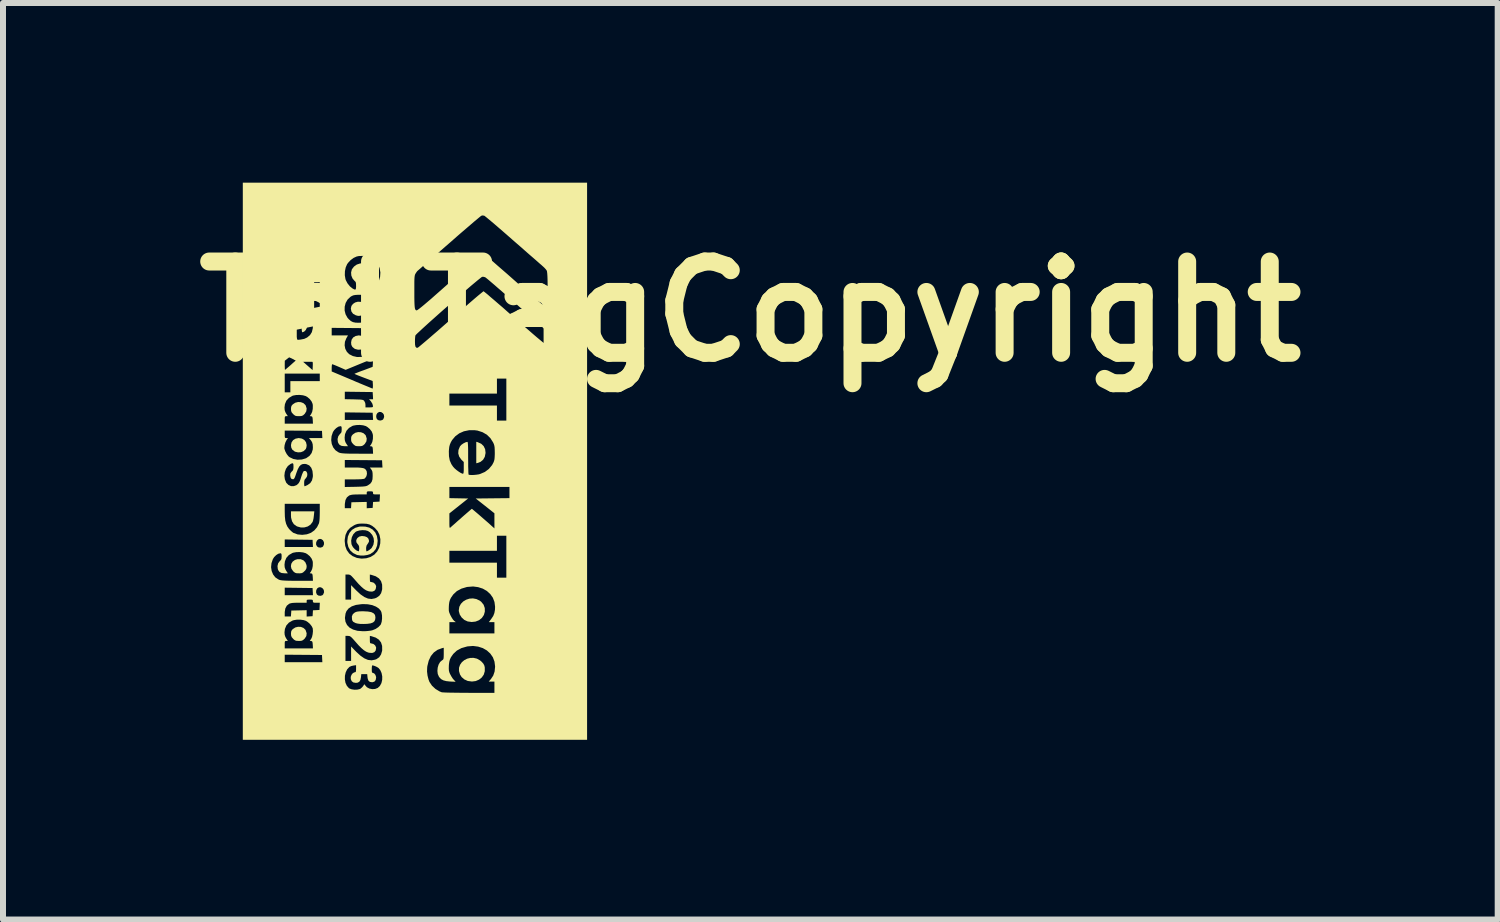
<source format=kicad_pcb>
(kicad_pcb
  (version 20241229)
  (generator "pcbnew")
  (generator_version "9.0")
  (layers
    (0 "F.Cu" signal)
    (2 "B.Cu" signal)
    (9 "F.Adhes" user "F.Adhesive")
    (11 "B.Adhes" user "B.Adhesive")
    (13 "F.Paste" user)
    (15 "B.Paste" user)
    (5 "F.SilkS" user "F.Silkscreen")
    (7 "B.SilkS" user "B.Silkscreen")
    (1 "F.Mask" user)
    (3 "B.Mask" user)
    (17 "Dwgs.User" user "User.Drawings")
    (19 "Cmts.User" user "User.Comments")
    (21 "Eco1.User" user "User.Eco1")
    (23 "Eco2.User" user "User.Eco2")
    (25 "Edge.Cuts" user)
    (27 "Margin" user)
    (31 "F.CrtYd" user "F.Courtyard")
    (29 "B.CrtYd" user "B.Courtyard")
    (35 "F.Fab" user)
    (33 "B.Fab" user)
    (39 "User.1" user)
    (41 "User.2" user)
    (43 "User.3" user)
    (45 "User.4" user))
  (footprint "TekTagCopyright"
    (layer "F.Cu")
    (at 3.878 4.651)
    (property "Reference" "TekTagCopyright" (at 5.6 -2.5 0) (layer "F.SilkS") (effects (font (size 1.524 1.524) (thickness 0.3))))
    (attr board_only exclude_from_pos_files exclude_from_bom)
    (fp_poly (pts (xy 1.048 -0.318) (xy 1.106 -0.292) (xy 1.147 -0.253) (xy 1.172 -0.201) (xy 1.179 -0.14) (xy 1.178 -0.133) (xy 1.166 -0.073) (xy 1.137 -0.024) (xy 1.095 0.01) (xy 1.053 0.027) (xy 1.024 0.034) (xy 1.024 -0.325)) (stroke (width 0) (type solid)) (fill yes) (layer "F.SilkS"))
    (fp_poly (pts (xy -1.688 0.912) (xy -1.693 0.953) (xy -1.701 0.99) (xy -1.709 1.013) (xy -1.743 1.058) (xy -1.79 1.089) (xy -1.845 1.105) (xy -1.904 1.106) (xy -1.963 1.09) (xy -1.976 1.084) (xy -2.022 1.051) (xy -2.052 1.003) (xy -2.068 0.941) (xy -2.07 0.902) (xy -2.07 0.836) (xy -1.68 0.836)) (stroke (width 0) (type solid)) (fill yes) (layer "F.SilkS"))
    (fp_poly (pts (xy -1.871 -2.365) (xy -1.844 -2.349) (xy -1.819 -2.321) (xy -1.802 -2.288) (xy -1.798 -2.267) (xy -1.805 -2.227) (xy -1.823 -2.191) (xy -1.849 -2.165) (xy -1.878 -2.153) (xy -1.881 -2.153) (xy -1.886 -2.163) (xy -1.89 -2.193) (xy -1.892 -2.242) (xy -1.892 -2.262) (xy -1.892 -2.311) (xy -1.891 -2.342) (xy -1.888 -2.359) (xy -1.883 -2.366) (xy -1.874 -2.366)) (stroke (width 0) (type solid)) (fill yes) (layer "F.SilkS"))
    (fp_poly (pts (xy -1.887 -0.378) (xy -1.846 -0.354) (xy -1.819 -0.318) (xy -1.808 -0.27) (xy -1.808 -0.267) (xy -1.812 -0.233) (xy -1.822 -0.205) (xy -1.825 -0.201) (xy -1.859 -0.169) (xy -1.903 -0.151) (xy -1.952 -0.148) (xy -2 -0.159) (xy -2.014 -0.167) (xy -2.048 -0.194) (xy -2.065 -0.228) (xy -2.07 -0.269) (xy -2.06 -0.316) (xy -2.034 -0.353) (xy -1.994 -0.377) (xy -1.943 -0.387) (xy -1.939 -0.387)) (stroke (width 0) (type solid)) (fill yes) (layer "F.SilkS"))
    (fp_poly (pts (xy -0.883 -2.093) (xy -0.842 -2.069) (xy -0.815 -2.032) (xy -0.805 -1.984) (xy -0.805 -1.981) (xy -0.809 -1.947) (xy -0.819 -1.919) (xy -0.821 -1.915) (xy -0.855 -1.884) (xy -0.9 -1.865) (xy -0.949 -1.862) (xy -0.997 -1.874) (xy -1.011 -1.881) (xy -1.044 -1.908) (xy -1.062 -1.942) (xy -1.066 -1.983) (xy -1.057 -2.03) (xy -1.031 -2.067) (xy -0.991 -2.091) (xy -0.94 -2.101) (xy -0.936 -2.101)) (stroke (width 0) (type solid)) (fill yes) (layer "F.SilkS"))
    (fp_poly (pts (xy -1.907 1.636) (xy -1.862 1.654) (xy -1.83 1.687) (xy -1.811 1.732) (xy -1.808 1.762) (xy -1.813 1.792) (xy -1.829 1.82) (xy -1.844 1.835) (xy -1.867 1.856) (xy -1.888 1.867) (xy -1.916 1.871) (xy -1.939 1.871) (xy -1.975 1.87) (xy -1.999 1.863) (xy -2.02 1.849) (xy -2.034 1.835) (xy -2.062 1.795) (xy -2.071 1.753) (xy -2.064 1.711) (xy -2.041 1.675) (xy -2.003 1.648) (xy -1.961 1.635)) (stroke (width 0) (type solid)) (fill yes) (layer "F.SilkS"))
    (fp_poly (pts (xy -0.909 -2.662) (xy -0.865 -2.647) (xy -0.835 -2.624) (xy -0.814 -2.598) (xy -0.806 -2.569) (xy -0.805 -2.547) (xy -0.813 -2.498) (xy -0.838 -2.461) (xy -0.879 -2.438) (xy -0.886 -2.436) (xy -0.922 -2.428) (xy -0.95 -2.427) (xy -0.981 -2.435) (xy -0.992 -2.439) (xy -1.034 -2.463) (xy -1.061 -2.501) (xy -1.07 -2.549) (xy -1.07 -2.551) (xy -1.06 -2.594) (xy -1.034 -2.627) (xy -0.998 -2.651) (xy -0.955 -2.663)) (stroke (width 0) (type solid)) (fill yes) (layer "F.SilkS"))
    (fp_poly (pts (xy -1.904 2.766) (xy -1.862 2.783) (xy -1.83 2.812) (xy -1.824 2.823) (xy -1.808 2.872) (xy -1.813 2.918) (xy -1.839 2.959) (xy -1.844 2.964) (xy -1.867 2.985) (xy -1.888 2.996) (xy -1.916 3) (xy -1.939 3) (xy -1.975 2.999) (xy -1.999 2.992) (xy -2.02 2.978) (xy -2.034 2.964) (xy -2.057 2.938) (xy -2.067 2.913) (xy -2.07 2.88) (xy -2.067 2.845) (xy -2.057 2.822) (xy -2.038 2.801) (xy -1.997 2.775) (xy -1.951 2.764)) (stroke (width 0) (type solid)) (fill yes) (layer "F.SilkS"))
    (fp_poly (pts (xy -1.904 -0.986) (xy -1.862 -0.97) (xy -1.83 -0.94) (xy -1.823 -0.929) (xy -1.808 -0.88) (xy -1.814 -0.834) (xy -1.839 -0.793) (xy -1.844 -0.788) (xy -1.867 -0.767) (xy -1.888 -0.757) (xy -1.916 -0.753) (xy -1.939 -0.753) (xy -1.975 -0.754) (xy -1.999 -0.76) (xy -2.02 -0.775) (xy -2.034 -0.788) (xy -2.057 -0.814) (xy -2.067 -0.839) (xy -2.07 -0.873) (xy -2.067 -0.907) (xy -2.057 -0.931) (xy -2.038 -0.951) (xy -1.998 -0.977) (xy -1.951 -0.989)) (stroke (width 0) (type solid)) (fill yes) (layer "F.SilkS"))
    (fp_poly (pts (xy -0.901 -0.484) (xy -0.859 -0.468) (xy -0.826 -0.438) (xy -0.82 -0.427) (xy -0.805 -0.378) (xy -0.81 -0.333) (xy -0.836 -0.291) (xy -0.84 -0.286) (xy -0.863 -0.266) (xy -0.884 -0.255) (xy -0.912 -0.251) (xy -0.936 -0.251) (xy -0.972 -0.252) (xy -0.996 -0.258) (xy -1.016 -0.273) (xy -1.031 -0.286) (xy -1.053 -0.313) (xy -1.064 -0.338) (xy -1.066 -0.371) (xy -1.064 -0.405) (xy -1.053 -0.429) (xy -1.035 -0.449) (xy -0.994 -0.476) (xy -0.948 -0.487)) (stroke (width 0) (type solid)) (fill yes) (layer "F.SilkS"))
    (fp_poly (pts (xy 1.026 2.301) (xy 1.081 2.327) (xy 1.107 2.347) (xy 1.146 2.395) (xy 1.166 2.451) (xy 1.167 2.511) (xy 1.151 2.567) (xy 1.117 2.617) (xy 1.07 2.654) (xy 1.012 2.677) (xy 0.948 2.684) (xy 0.881 2.675) (xy 0.878 2.674) (xy 0.824 2.649) (xy 0.78 2.609) (xy 0.748 2.559) (xy 0.733 2.504) (xy 0.732 2.488) (xy 0.741 2.43) (xy 0.767 2.381) (xy 0.806 2.341) (xy 0.855 2.312) (xy 0.91 2.294) (xy 0.968 2.29)) (stroke (width 0) (type solid)) (fill yes) (layer "F.SilkS"))
    (fp_poly (pts (xy 1.035 3.296) (xy 1.088 3.326) (xy 1.115 3.349) (xy 1.143 3.381) (xy 1.159 3.412) (xy 1.166 3.443) (xy 1.166 3.506) (xy 1.149 3.563) (xy 1.116 3.61) (xy 1.071 3.646) (xy 1.015 3.67) (xy 0.952 3.678) (xy 0.885 3.669) (xy 0.878 3.667) (xy 0.824 3.642) (xy 0.779 3.603) (xy 0.752 3.56) (xy 0.735 3.502) (xy 0.736 3.448) (xy 0.753 3.399) (xy 0.783 3.356) (xy 0.823 3.322) (xy 0.871 3.297) (xy 0.924 3.284) (xy 0.979 3.283)) (stroke (width 0) (type solid)) (fill yes) (layer "F.SilkS"))
    (fp_poly (pts (xy -0.787 2.509) (xy -0.73 2.519) (xy -0.691 2.538) (xy -0.667 2.566) (xy -0.66 2.604) (xy -0.663 2.639) (xy -0.675 2.67) (xy -0.7 2.692) (xy -0.74 2.707) (xy -0.797 2.715) (xy -0.857 2.717) (xy -0.914 2.716) (xy -0.955 2.711) (xy -0.988 2.703) (xy -1 2.697) (xy -1.029 2.682) (xy -1.044 2.664) (xy -1.051 2.639) (xy -1.053 2.59) (xy -1.037 2.553) (xy -1.005 2.526) (xy -0.984 2.516) (xy -0.959 2.51) (xy -0.924 2.506) (xy -0.875 2.505) (xy -0.863 2.505)) (stroke (width 0) (type solid)) (fill yes) (layer "F.SilkS"))
    (fp_poly (pts (xy -0.831 1.091) (xy -0.762 1.108) (xy -0.706 1.141) (xy -0.663 1.188) (xy -0.635 1.248) (xy -0.623 1.321) (xy -0.623 1.333) (xy -0.631 1.406) (xy -0.654 1.466) (xy -0.694 1.514) (xy -0.747 1.55) (xy -0.794 1.565) (xy -0.851 1.574) (xy -0.91 1.574) (xy -0.962 1.566) (xy -0.969 1.564) (xy -1.032 1.533) (xy -1.08 1.489) (xy -1.112 1.431) (xy -1.128 1.362) (xy -1.129 1.333) (xy -1.128 1.325) (xy -1.065 1.325) (xy -1.06 1.381) (xy -1.055 1.397) (xy -1.035 1.434) (xy -1.005 1.467) (xy -0.971 1.493) (xy -0.939 1.504) (xy -0.938 1.505) (xy -0.934 1.496) (xy -0.931 1.472) (xy -0.93 1.457) (xy -0.933 1.421) (xy -0.944 1.397) (xy -0.956 1.384) (xy -0.978 1.352) (xy -0.98 1.317) (xy -0.962 1.283) (xy -0.93 1.258) (xy -0.886 1.248) (xy -0.836 1.254) (xy -0.801 1.268) (xy -0.78 1.288) (xy -0.768 1.318) (xy -0.768 1.343) (xy -0.782 1.369) (xy -0.788 1.377) (xy -0.808 1.408) (xy -0.815 1.444) (xy -0.815 1.457) (xy -0.814 1.485) (xy -0.811 1.503) (xy -0.81 1.505) (xy -0.79 1.499) (xy -0.763 1.482) (xy -0.737 1.462) (xy -0.722 1.447) (xy -0.694 1.395) (xy -0.684 1.339) (xy -0.69 1.283) (xy -0.713 1.231) (xy -0.751 1.187) (xy -0.786 1.164) (xy -0.826 1.153) (xy -0.876 1.15) (xy -0.928 1.156) (xy -0.974 1.17) (xy -0.992 1.18) (xy -1.029 1.219) (xy -1.054 1.269) (xy -1.065 1.325) (xy -1.128 1.325) (xy -1.12 1.26) (xy -1.094 1.197) (xy -1.052 1.147) (xy -0.997 1.112) (xy -0.929 1.092) (xy -0.912 1.09)) (stroke (width 0) (type solid)) (fill yes) (layer "F.SilkS"))
    (fp_poly (pts (xy 2.874 4.651) (xy -2.874 4.651) (xy -2.874 3.642) (xy -1.17 3.642) (xy -1.16 3.699) (xy -1.137 3.749) (xy -1.104 3.787) (xy -1.094 3.794) (xy -1.057 3.808) (xy -1.009 3.815) (xy -0.96 3.813) (xy -0.919 3.803) (xy -0.91 3.798) (xy -0.884 3.776) (xy -0.862 3.75) (xy -0.85 3.729) (xy -0.842 3.725) (xy -0.834 3.737) (xy -0.831 3.741) (xy -0.803 3.773) (xy -0.762 3.795) (xy -0.714 3.805) (xy -0.665 3.802) (xy -0.621 3.785) (xy -0.585 3.751) (xy -0.56 3.705) (xy -0.547 3.651) (xy -0.546 3.593) (xy -0.557 3.537) (xy -0.568 3.511) (xy 0.202 3.511) (xy 0.21 3.578) (xy 0.226 3.642) (xy 0.242 3.684) (xy 0.285 3.748) (xy 0.343 3.802) (xy 0.411 3.843) (xy 0.449 3.858) (xy 0.465 3.859) (xy 0.5 3.861) (xy 0.55 3.863) (xy 0.615 3.864) (xy 0.691 3.865) (xy 0.775 3.866) (xy 0.867 3.866) (xy 0.902 3.867) (xy 1.327 3.867) (xy 1.327 3.679) (xy 1.232 3.679) (xy 1.269 3.636) (xy 1.307 3.579) (xy 1.33 3.512) (xy 1.338 3.433) (xy 1.338 3.424) (xy 1.328 3.345) (xy 1.301 3.273) (xy 1.258 3.211) (xy 1.201 3.159) (xy 1.133 3.12) (xy 1.055 3.095) (xy 0.97 3.084) (xy 0.88 3.091) (xy 0.866 3.094) (xy 0.776 3.12) (xy 0.7 3.161) (xy 0.64 3.217) (xy 0.601 3.273) (xy 0.584 3.309) (xy 0.574 3.345) (xy 0.568 3.388) (xy 0.566 3.414) (xy 0.565 3.461) (xy 0.567 3.494) (xy 0.574 3.523) (xy 0.587 3.555) (xy 0.588 3.555) (xy 0.609 3.594) (xy 0.633 3.631) (xy 0.647 3.647) (xy 0.68 3.682) (xy 0.587 3.678) (xy 0.523 3.671) (xy 0.474 3.658) (xy 0.436 3.637) (xy 0.406 3.605) (xy 0.4 3.596) (xy 0.381 3.552) (xy 0.375 3.501) (xy 0.38 3.446) (xy 0.395 3.395) (xy 0.42 3.352) (xy 0.45 3.326) (xy 0.464 3.317) (xy 0.473 3.307) (xy 0.478 3.291) (xy 0.48 3.265) (xy 0.481 3.224) (xy 0.481 3.211) (xy 0.481 3.114) (xy 0.452 3.121) (xy 0.377 3.149) (xy 0.315 3.193) (xy 0.266 3.253) (xy 0.23 3.329) (xy 0.207 3.421) (xy 0.204 3.45) (xy 0.202 3.511) (xy -0.568 3.511) (xy -0.58 3.486) (xy -0.607 3.453) (xy -0.633 3.436) (xy -0.667 3.42) (xy -0.698 3.41) (xy -0.712 3.408) (xy -0.717 3.417) (xy -0.72 3.442) (xy -0.721 3.47) (xy -0.72 3.507) (xy -0.716 3.526) (xy -0.707 3.533) (xy -0.706 3.533) (xy -0.681 3.542) (xy -0.66 3.567) (xy -0.649 3.6) (xy -0.648 3.613) (xy -0.656 3.654) (xy -0.677 3.68) (xy -0.712 3.69) (xy -0.716 3.69) (xy -0.752 3.684) (xy -0.775 3.666) (xy -0.788 3.632) (xy -0.792 3.608) (xy -0.797 3.554) (xy -0.896 3.554) (xy -0.901 3.606) (xy -0.911 3.653) (xy -0.93 3.683) (xy -0.96 3.698) (xy -0.988 3.7) (xy -1.029 3.693) (xy -1.056 3.672) (xy -1.071 3.637) (xy -1.072 3.601) (xy -1.059 3.566) (xy -1.037 3.538) (xy -1.009 3.524) (xy -1.001 3.523) (xy -0.99 3.519) (xy -0.985 3.506) (xy -0.983 3.478) (xy -0.983 3.464) (xy -0.983 3.405) (xy -1.026 3.411) (xy -1.061 3.419) (xy -1.092 3.433) (xy -1.096 3.436) (xy -1.132 3.475) (xy -1.156 3.525) (xy -1.169 3.582) (xy -1.17 3.642) (xy -2.874 3.642) (xy -2.874 3.23) (xy -2.174 3.23) (xy -2.174 3.355) (xy -1.546 3.355) (xy -1.547 3.334) (xy -1.16 3.334) (xy -1.066 3.334) (xy -1.066 3.093) (xy -0.98 3.182) (xy -0.91 3.246) (xy -0.845 3.291) (xy -0.784 3.317) (xy -0.724 3.324) (xy -0.666 3.313) (xy -0.642 3.304) (xy -0.597 3.273) (xy -0.566 3.226) (xy -0.548 3.165) (xy -0.547 3.153) (xy -0.548 3.084) (xy -0.566 3.026) (xy -0.601 2.98) (xy -0.654 2.945) (xy -0.724 2.922) (xy -0.753 2.916) (xy -0.753 2.979) (xy -0.752 3.014) (xy -0.749 3.033) (xy -0.741 3.04) (xy -0.728 3.042) (xy -0.693 3.051) (xy -0.665 3.074) (xy -0.649 3.106) (xy -0.648 3.119) (xy -0.656 3.161) (xy -0.678 3.188) (xy -0.714 3.201) (xy -0.761 3.198) (xy -0.78 3.194) (xy -0.816 3.179) (xy -0.853 3.155) (xy -0.894 3.12) (xy -0.942 3.072) (xy -0.993 3.014) (xy -1.029 2.973) (xy -1.055 2.945) (xy -1.074 2.929) (xy -1.089 2.92) (xy -1.105 2.917) (xy -1.119 2.916) (xy -1.16 2.916) (xy -1.16 3.334) (xy -1.547 3.334) (xy -1.549 3.295) (xy -1.552 3.235) (xy -2.174 3.23) (xy -2.874 3.23) (xy -2.874 2.856) (xy -2.178 2.856) (xy -2.175 2.898) (xy -2.164 2.932) (xy -2.15 2.958) (xy -2.122 3) (xy -2.148 3) (xy -2.162 3.001) (xy -2.17 3.008) (xy -2.174 3.026) (xy -2.174 3.06) (xy -2.174 3.125) (xy -1.703 3.125) (xy -1.706 3.065) (xy -1.709 3.031) (xy -1.714 3.012) (xy -1.723 3.004) (xy -1.733 3.002) (xy -1.756 2.998) (xy -1.733 2.966) (xy -1.718 2.933) (xy -1.708 2.887) (xy -1.703 2.838) (xy -1.706 2.794) (xy -1.708 2.786) (xy -1.724 2.754) (xy -1.752 2.718) (xy -1.788 2.686) (xy -1.82 2.665) (xy -1.861 2.652) (xy -1.914 2.645) (xy -1.97 2.645) (xy -2.021 2.653) (xy -2.046 2.661) (xy -2.105 2.695) (xy -2.147 2.742) (xy -2.171 2.8) (xy -2.178 2.856) (xy -2.874 2.856) (xy -2.874 2.616) (xy -1.169 2.616) (xy -1.16 2.68) (xy -1.134 2.734) (xy -1.092 2.778) (xy -1.033 2.81) (xy -0.96 2.831) (xy -0.873 2.838) (xy -0.819 2.837) (xy -0.776 2.833) (xy -0.737 2.828) (xy -0.711 2.822) (xy -0.658 2.801) (xy -0.611 2.77) (xy -0.577 2.735) (xy -0.568 2.721) (xy -0.555 2.679) (xy -0.549 2.627) (xy -0.55 2.572) (xy -0.559 2.524) (xy -0.568 2.5) (xy -0.595 2.467) (xy 0.565 2.467) (xy 0.566 2.499) (xy 0.573 2.526) (xy 0.586 2.557) (xy 0.595 2.576) (xy 0.616 2.614) (xy 0.637 2.646) (xy 0.655 2.665) (xy 0.682 2.686) (xy 0.575 2.686) (xy 0.575 2.874) (xy 1.327 2.874) (xy 1.327 2.686) (xy 1.234 2.686) (xy 1.274 2.633) (xy 1.307 2.584) (xy 1.326 2.535) (xy 1.336 2.48) (xy 1.338 2.429) (xy 1.328 2.35) (xy 1.301 2.279) (xy 1.258 2.218) (xy 1.201 2.166) (xy 1.133 2.127) (xy 1.055 2.102) (xy 0.971 2.091) (xy 0.881 2.098) (xy 0.866 2.1) (xy 0.776 2.127) (xy 0.7 2.168) (xy 0.64 2.224) (xy 0.601 2.28) (xy 0.584 2.316) (xy 0.574 2.35) (xy 0.568 2.393) (xy 0.566 2.423) (xy 0.565 2.467) (xy -0.595 2.467) (xy -0.601 2.46) (xy -0.651 2.427) (xy -0.714 2.402) (xy -0.788 2.388) (xy -0.869 2.385) (xy -0.898 2.387) (xy -0.985 2.399) (xy -1.055 2.423) (xy -1.107 2.457) (xy -1.143 2.502) (xy -1.159 2.543) (xy -1.169 2.616) (xy -2.874 2.616) (xy -2.874 2.592) (xy -2.174 2.592) (xy -2.071 2.592) (xy -2.064 2.493) (xy -1.808 2.487) (xy -1.808 2.593) (xy -1.759 2.59) (xy -1.709 2.587) (xy -1.703 2.489) (xy -1.648 2.486) (xy -1.594 2.483) (xy -1.588 2.362) (xy -1.646 2.362) (xy -1.679 2.362) (xy -1.696 2.358) (xy -1.703 2.349) (xy -1.704 2.336) (xy -1.705 2.321) (xy -1.714 2.313) (xy -1.735 2.31) (xy -1.756 2.31) (xy -1.16 2.31) (xy -1.066 2.31) (xy -1.066 2.069) (xy -0.98 2.157) (xy -0.91 2.222) (xy -0.845 2.267) (xy -0.784 2.293) (xy -0.725 2.3) (xy -0.667 2.289) (xy -0.637 2.276) (xy -0.594 2.245) (xy -0.565 2.203) (xy -0.549 2.147) (xy -0.547 2.129) (xy -0.548 2.06) (xy -0.566 2.002) (xy -0.601 1.956) (xy -0.654 1.921) (xy -0.724 1.898) (xy -0.753 1.892) (xy -0.753 1.954) (xy -0.752 1.989) (xy -0.749 2.008) (xy -0.741 2.016) (xy -0.728 2.017) (xy -0.693 2.026) (xy -0.665 2.05) (xy -0.649 2.081) (xy -0.648 2.094) (xy -0.656 2.136) (xy -0.678 2.164) (xy -0.714 2.177) (xy -0.761 2.174) (xy -0.78 2.169) (xy -0.816 2.155) (xy -0.853 2.131) (xy -0.894 2.096) (xy -0.942 2.048) (xy -0.993 1.99) (xy -1.029 1.949) (xy -1.055 1.921) (xy -1.074 1.904) (xy -1.089 1.896) (xy -1.105 1.892) (xy -1.119 1.892) (xy -1.16 1.892) (xy -1.16 2.31) (xy -1.756 2.31) (xy -1.787 2.311) (xy -1.803 2.315) (xy -1.808 2.326) (xy -1.808 2.336) (xy -1.808 2.362) (xy -1.936 2.362) (xy -1.996 2.363) (xy -2.039 2.365) (xy -2.07 2.37) (xy -2.094 2.377) (xy -2.101 2.381) (xy -2.139 2.411) (xy -2.164 2.457) (xy -2.174 2.517) (xy -2.174 2.532) (xy -2.174 2.592) (xy -2.874 2.592) (xy -2.874 2.111) (xy -2.174 2.111) (xy -2.174 2.237) (xy -1.703 2.237) (xy -1.705 2.187) (xy -1.651 2.187) (xy -1.64 2.22) (xy -1.634 2.228) (xy -1.608 2.244) (xy -1.575 2.247) (xy -1.545 2.237) (xy -1.532 2.224) (xy -1.517 2.187) (xy -1.522 2.15) (xy -1.538 2.125) (xy -1.569 2.105) (xy -1.602 2.104) (xy -1.631 2.122) (xy -1.647 2.151) (xy -1.651 2.187) (xy -1.705 2.187) (xy -1.706 2.177) (xy -1.709 2.117) (xy -2.174 2.111) (xy -2.874 2.111) (xy -2.874 1.769) (xy -2.402 1.769) (xy -2.392 1.833) (xy -2.368 1.891) (xy -2.331 1.939) (xy -2.28 1.973) (xy -2.262 1.981) (xy -2.242 1.986) (xy -2.211 1.99) (xy -2.168 1.993) (xy -2.109 1.995) (xy -2.034 1.996) (xy -1.962 1.996) (xy -1.703 1.996) (xy -1.706 1.936) (xy -1.709 1.902) (xy -1.714 1.883) (xy -1.723 1.875) (xy -1.733 1.873) (xy -1.756 1.87) (xy -1.734 1.838) (xy -1.716 1.799) (xy -1.706 1.749) (xy -1.705 1.695) (xy -1.705 1.693) (xy 0.575 1.693) (xy 1.369 1.693) (xy 1.369 1.944) (xy 1.526 1.944) (xy 1.526 1.244) (xy 1.369 1.244) (xy 1.369 1.495) (xy 0.575 1.495) (xy 0.575 1.693) (xy -1.705 1.693) (xy -1.708 1.668) (xy -1.725 1.626) (xy -1.756 1.585) (xy -1.797 1.551) (xy -1.824 1.535) (xy -1.869 1.522) (xy -1.924 1.516) (xy -1.982 1.518) (xy -2.032 1.527) (xy -2.046 1.532) (xy -2.105 1.566) (xy -2.147 1.613) (xy -2.171 1.671) (xy -2.178 1.727) (xy -2.175 1.77) (xy -2.164 1.803) (xy -2.15 1.829) (xy -2.122 1.871) (xy -2.177 1.871) (xy -2.226 1.866) (xy -2.26 1.85) (xy -2.282 1.82) (xy -2.29 1.799) (xy -2.295 1.75) (xy -2.284 1.704) (xy -2.257 1.668) (xy -2.252 1.663) (xy -2.236 1.647) (xy -2.228 1.625) (xy -2.226 1.59) (xy -2.226 1.59) (xy -2.227 1.558) (xy -2.232 1.543) (xy -2.242 1.537) (xy -2.25 1.537) (xy -2.283 1.545) (xy -2.318 1.568) (xy -2.351 1.601) (xy -2.372 1.634) (xy -2.395 1.701) (xy -2.402 1.769) (xy -2.874 1.769) (xy -2.874 1.306) (xy -2.174 1.306) (xy -2.174 1.432) (xy -1.703 1.432) (xy -1.706 1.372) (xy -1.707 1.36) (xy -1.65 1.36) (xy -1.65 1.393) (xy -1.634 1.423) (xy -1.634 1.423) (xy -1.608 1.439) (xy -1.575 1.442) (xy -1.545 1.432) (xy -1.532 1.419) (xy -1.518 1.385) (xy -1.52 1.35) (xy -1.53 1.332) (xy -1.173 1.332) (xy -1.164 1.413) (xy -1.139 1.483) (xy -1.097 1.541) (xy -1.041 1.584) (xy -0.97 1.614) (xy -0.892 1.626) (xy -0.812 1.62) (xy -0.741 1.598) (xy -0.679 1.56) (xy -0.631 1.508) (xy -0.597 1.444) (xy -0.579 1.371) (xy -0.577 1.302) (xy -0.592 1.229) (xy -0.623 1.166) (xy -0.669 1.114) (xy -0.714 1.079) (xy -0.758 1.056) (xy -0.808 1.044) (xy -0.872 1.041) (xy -0.873 1.041) (xy -0.92 1.042) (xy -0.956 1.046) (xy -0.988 1.056) (xy -1.016 1.069) (xy -1.081 1.111) (xy -1.129 1.164) (xy -1.159 1.23) (xy -1.172 1.307) (xy -1.173 1.332) (xy -1.53 1.332) (xy -1.535 1.32) (xy -1.562 1.301) (xy -1.586 1.296) (xy -1.616 1.305) (xy -1.638 1.328) (xy -1.65 1.36) (xy -1.707 1.36) (xy -1.709 1.312) (xy -1.942 1.309) (xy -2.174 1.306) (xy -2.874 1.306) (xy -2.874 0.838) (xy -2.174 0.838) (xy -2.172 0.922) (xy -2.165 0.99) (xy -2.151 1.044) (xy -2.131 1.089) (xy -2.103 1.129) (xy -2.098 1.135) (xy -2.07 1.163) (xy -2.042 1.187) (xy -2.027 1.197) (xy -1.958 1.222) (xy -1.882 1.229) (xy -1.805 1.22) (xy -1.735 1.194) (xy -1.68 1.155) (xy -1.635 1.102) (xy -1.604 1.04) (xy -1.6 1.026) (xy -1.596 1.001) (xy -1.595 0.996) (xy 0.575 0.996) (xy 0.575 1.049) (xy 0.576 1.084) (xy 0.578 1.103) (xy 0.582 1.111) (xy 0.588 1.11) (xy 0.593 1.106) (xy 0.606 1.094) (xy 0.632 1.071) (xy 0.669 1.039) (xy 0.713 0.999) (xy 0.763 0.956) (xy 0.778 0.942) (xy 0.828 0.898) (xy 0.872 0.86) (xy 0.908 0.829) (xy 0.935 0.806) (xy 0.949 0.795) (xy 0.951 0.794) (xy 0.959 0.801) (xy 0.981 0.819) (xy 1.013 0.846) (xy 1.053 0.88) (xy 1.098 0.919) (xy 1.145 0.96) (xy 1.191 1) (xy 1.235 1.038) (xy 1.272 1.072) (xy 1.301 1.098) (xy 1.304 1.1) (xy 1.327 1.122) (xy 1.327 0.869) (xy 1.171 0.745) (xy 1.015 0.622) (xy 1.297 0.619) (xy 1.578 0.616) (xy 1.578 0.429) (xy 0.575 0.429) (xy 0.575 0.616) (xy 0.731 0.619) (xy 0.888 0.622) (xy 0.731 0.747) (xy 0.575 0.871) (xy 0.575 0.996) (xy -1.595 0.996) (xy -1.592 0.961) (xy -1.59 0.91) (xy -1.589 0.855) (xy -1.589 0.849) (xy -1.589 0.784) (xy -1.171 0.784) (xy -1.067 0.784) (xy -1.061 0.685) (xy -0.805 0.679) (xy -0.805 0.785) (xy -0.755 0.782) (xy -0.706 0.779) (xy -0.699 0.68) (xy -0.645 0.677) (xy -0.591 0.674) (xy -0.587 0.614) (xy -0.584 0.554) (xy -0.642 0.554) (xy -0.675 0.553) (xy -0.693 0.55) (xy -0.699 0.541) (xy -0.7 0.528) (xy -0.702 0.512) (xy -0.711 0.505) (xy -0.732 0.502) (xy -0.753 0.502) (xy -0.784 0.503) (xy -0.799 0.507) (xy -0.804 0.517) (xy -0.805 0.528) (xy -0.805 0.554) (xy -0.933 0.554) (xy -0.993 0.555) (xy -1.036 0.557) (xy -1.067 0.562) (xy -1.09 0.569) (xy -1.098 0.572) (xy -1.136 0.603) (xy -1.16 0.648) (xy -1.17 0.709) (xy -1.171 0.724) (xy -1.171 0.784) (xy -1.589 0.784) (xy -1.589 0.711) (xy -2.174 0.711) (xy -2.174 0.838) (xy -2.874 0.838) (xy -2.874 0.242) (xy -2.18 0.242) (xy -2.172 0.302) (xy -2.15 0.356) (xy -2.146 0.362) (xy -2.112 0.396) (xy -2.07 0.415) (xy -2.024 0.416) (xy -1.979 0.4) (xy -1.962 0.387) (xy -1.942 0.367) (xy -1.926 0.34) (xy -1.911 0.302) (xy -1.899 0.263) (xy -1.884 0.218) (xy -1.869 0.184) (xy -1.857 0.165) (xy -1.854 0.163) (xy -1.829 0.162) (xy -1.81 0.175) (xy -1.799 0.2) (xy -1.797 0.23) (xy -1.805 0.26) (xy -1.824 0.287) (xy -1.841 0.306) (xy -1.848 0.33) (xy -1.85 0.364) (xy -1.849 0.395) (xy -1.846 0.414) (xy -1.843 0.418) (xy -1.83 0.414) (xy -1.806 0.403) (xy -1.793 0.397) (xy -1.748 0.365) (xy -1.719 0.32) (xy -1.705 0.261) (xy -1.704 0.231) (xy -1.711 0.162) (xy -1.731 0.109) (xy -1.764 0.07) (xy -1.81 0.049) (xy -1.832 0.045) (xy -1.871 0.046) (xy -1.904 0.06) (xy -1.932 0.089) (xy -1.957 0.136) (xy -1.981 0.2) (xy -1.997 0.247) (xy -2.009 0.277) (xy -2.02 0.294) (xy -2.032 0.301) (xy -2.034 0.301) (xy -2.06 0.296) (xy -2.076 0.273) (xy -2.083 0.234) (xy -2.079 0.201) (xy -2.061 0.176) (xy -2.056 0.172) (xy -2.039 0.154) (xy -2.031 0.134) (xy -2.028 0.104) (xy -2.028 0.089) (xy -2.029 0.054) (xy -2.036 0.036) (xy -2.05 0.034) (xy -2.076 0.045) (xy -2.079 0.047) (xy -2.122 0.08) (xy -2.154 0.127) (xy -2.173 0.182) (xy -2.18 0.242) (xy -2.874 0.242) (xy -2.874 -0.021) (xy -1.171 -0.021) (xy -1.171 0.105) (xy -1.024 0.105) (xy -0.953 0.105) (xy -0.901 0.109) (xy -0.863 0.115) (xy -0.837 0.126) (xy -0.82 0.142) (xy -0.808 0.163) (xy -0.805 0.171) (xy -0.801 0.21) (xy -0.81 0.249) (xy -0.831 0.281) (xy -0.845 0.292) (xy -0.864 0.296) (xy -0.9 0.3) (xy -0.95 0.302) (xy -1.01 0.303) (xy -1.018 0.303) (xy -1.171 0.303) (xy -1.171 0.43) (xy -0.996 0.427) (xy -0.929 0.425) (xy -0.88 0.423) (xy -0.845 0.42) (xy -0.819 0.416) (xy -0.801 0.41) (xy -0.785 0.402) (xy -0.746 0.375) (xy -0.722 0.343) (xy -0.709 0.302) (xy -0.706 0.247) (xy -0.706 0.246) (xy -0.707 0.202) (xy -0.711 0.172) (xy -0.721 0.149) (xy -0.729 0.137) (xy -0.753 0.105) (xy -0.542 0.105) (xy -0.546 0.044) (xy -0.549 -0.016) (xy -1.171 -0.021) (xy -2.874 -0.021) (xy -2.874 -0.224) (xy -2.181 -0.224) (xy -2.179 -0.206) (xy -2.164 -0.163) (xy -2.141 -0.12) (xy -2.113 -0.084) (xy -2.094 -0.068) (xy -2.031 -0.038) (xy -1.961 -0.025) (xy -1.888 -0.029) (xy -1.82 -0.049) (xy -1.813 -0.053) (xy -1.761 -0.089) (xy -1.725 -0.137) (xy -1.706 -0.197) (xy -1.704 -0.233) (xy -1.707 -0.282) (xy -1.718 -0.319) (xy -1.739 -0.352) (xy -1.74 -0.353) (xy -1.398 -0.353) (xy -1.389 -0.289) (xy -1.365 -0.231) (xy -1.327 -0.183) (xy -1.277 -0.149) (xy -1.258 -0.141) (xy -1.238 -0.136) (xy -1.207 -0.132) (xy -1.164 -0.129) (xy -1.106 -0.127) (xy -1.031 -0.126) (xy -0.959 -0.126) (xy -0.699 -0.125) (xy -0.701 -0.166) (xy 0.566 -0.166) (xy 0.568 -0.084) (xy 0.581 -0.014) (xy 0.608 0.048) (xy 0.636 0.09) (xy 0.662 0.119) (xy 0.697 0.149) (xy 0.734 0.176) (xy 0.768 0.197) (xy 0.795 0.208) (xy 0.802 0.209) (xy 0.809 0.203) (xy 0.813 0.184) (xy 0.815 0.149) (xy 0.815 0.111) (xy 0.815 0.013) (xy 0.774 -0.028) (xy 0.739 -0.077) (xy 0.723 -0.131) (xy 0.727 -0.188) (xy 0.751 -0.246) (xy 0.753 -0.249) (xy 0.775 -0.274) (xy 0.809 -0.298) (xy 0.845 -0.316) (xy 0.875 -0.324) (xy 0.875 -0.324) (xy 0.88 -0.319) (xy 0.883 -0.304) (xy 0.885 -0.277) (xy 0.887 -0.235) (xy 0.888 -0.178) (xy 0.888 -0.102) (xy 0.888 -0.054) (xy 0.889 0.019) (xy 0.889 0.085) (xy 0.891 0.142) (xy 0.892 0.185) (xy 0.894 0.213) (xy 0.895 0.223) (xy 0.912 0.228) (xy 0.943 0.23) (xy 0.983 0.229) (xy 1.025 0.225) (xy 1.065 0.219) (xy 1.087 0.213) (xy 1.167 0.179) (xy 1.234 0.129) (xy 1.288 0.064) (xy 1.311 0.021) (xy 1.321 -0.005) (xy 1.328 -0.033) (xy 1.331 -0.069) (xy 1.333 -0.118) (xy 1.333 -0.141) (xy 1.332 -0.194) (xy 1.33 -0.233) (xy 1.325 -0.262) (xy 1.317 -0.288) (xy 1.305 -0.314) (xy 1.26 -0.385) (xy 1.201 -0.443) (xy 1.128 -0.485) (xy 1.044 -0.512) (xy 0.998 -0.518) (xy 0.904 -0.518) (xy 0.817 -0.5) (xy 0.74 -0.466) (xy 0.673 -0.416) (xy 0.62 -0.353) (xy 0.599 -0.316) (xy 0.583 -0.278) (xy 0.573 -0.24) (xy 0.568 -0.193) (xy 0.566 -0.166) (xy -0.701 -0.166) (xy -0.702 -0.186) (xy -0.705 -0.22) (xy -0.71 -0.239) (xy -0.72 -0.247) (xy -0.729 -0.249) (xy -0.753 -0.252) (xy -0.73 -0.284) (xy -0.712 -0.323) (xy -0.702 -0.373) (xy -0.701 -0.427) (xy -0.705 -0.454) (xy -0.721 -0.496) (xy -0.753 -0.537) (xy -0.793 -0.571) (xy -0.82 -0.587) (xy -0.865 -0.6) (xy -0.921 -0.606) (xy -0.978 -0.604) (xy -1.028 -0.595) (xy -1.043 -0.59) (xy -1.101 -0.556) (xy -1.143 -0.509) (xy -1.168 -0.451) (xy -1.174 -0.395) (xy -1.171 -0.352) (xy -1.161 -0.319) (xy -1.146 -0.293) (xy -1.118 -0.251) (xy -1.173 -0.251) (xy -1.223 -0.256) (xy -1.257 -0.272) (xy -1.279 -0.302) (xy -1.287 -0.323) (xy -1.292 -0.371) (xy -1.28 -0.417) (xy -1.253 -0.454) (xy -1.248 -0.459) (xy -1.232 -0.475) (xy -1.225 -0.497) (xy -1.223 -0.532) (xy -1.223 -0.532) (xy -1.224 -0.564) (xy -1.228 -0.579) (xy -1.238 -0.585) (xy -1.247 -0.585) (xy -1.279 -0.577) (xy -1.315 -0.553) (xy -1.347 -0.521) (xy -1.369 -0.488) (xy -1.392 -0.42) (xy -1.398 -0.353) (xy -1.74 -0.353) (xy -1.749 -0.363) (xy -1.77 -0.387) (xy -1.546 -0.387) (xy -1.549 -0.447) (xy -1.552 -0.507) (xy -1.863 -0.51) (xy -2.174 -0.512) (xy -2.174 -0.45) (xy -2.174 -0.415) (xy -2.171 -0.396) (xy -2.163 -0.388) (xy -2.149 -0.387) (xy -2.147 -0.387) (xy -2.12 -0.387) (xy -2.141 -0.358) (xy -2.162 -0.317) (xy -2.176 -0.269) (xy -2.181 -0.224) (xy -2.874 -0.224) (xy -2.874 -0.897) (xy -2.178 -0.897) (xy -2.175 -0.854) (xy -2.164 -0.821) (xy -2.15 -0.795) (xy -2.122 -0.753) (xy -2.148 -0.753) (xy -2.162 -0.751) (xy -2.17 -0.744) (xy -2.174 -0.726) (xy -2.174 -0.692) (xy -2.174 -0.627) (xy -1.703 -0.627) (xy -1.706 -0.687) (xy -1.709 -0.722) (xy -1.714 -0.74) (xy -1.723 -0.749) (xy -1.733 -0.751) (xy -1.756 -0.754) (xy -1.734 -0.786) (xy -1.72 -0.816) (xy -1.171 -0.816) (xy -1.171 -0.69) (xy -0.699 -0.69) (xy -0.702 -0.739) (xy -0.647 -0.739) (xy -0.637 -0.707) (xy -0.631 -0.699) (xy -0.604 -0.683) (xy -0.572 -0.68) (xy -0.542 -0.69) (xy -0.528 -0.703) (xy -0.514 -0.74) (xy -0.519 -0.777) (xy -0.535 -0.802) (xy -0.566 -0.822) (xy -0.598 -0.823) (xy -0.627 -0.805) (xy -0.644 -0.775) (xy -0.647 -0.739) (xy -0.702 -0.739) (xy -0.702 -0.75) (xy -0.706 -0.81) (xy -0.938 -0.813) (xy -1.171 -0.816) (xy -1.72 -0.816) (xy -1.716 -0.824) (xy -1.706 -0.875) (xy -1.705 -0.929) (xy -1.708 -0.956) (xy -1.725 -0.997) (xy -1.756 -1.038) (xy -1.797 -1.073) (xy -1.824 -1.088) (xy -1.869 -1.101) (xy -1.924 -1.107) (xy -1.982 -1.106) (xy -2.032 -1.097) (xy -2.046 -1.092) (xy -2.105 -1.057) (xy -2.147 -1.011) (xy -2.171 -0.953) (xy -2.178 -0.897) (xy -2.874 -0.897) (xy -2.874 -1.15) (xy -2.174 -1.15) (xy -2.08 -1.15) (xy -2.08 -1.161) (xy -1.171 -1.161) (xy -1.171 -1.036) (xy -1.018 -1.033) (xy -0.959 -1.031) (xy -0.916 -1.03) (xy -0.888 -1.027) (xy -0.869 -1.023) (xy -0.857 -1.017) (xy -0.848 -1.008) (xy -0.846 -1.005) (xy -0.83 -0.973) (xy -0.826 -0.94) (xy -0.826 -0.899) (xy -0.763 -0.899) (xy -0.728 -0.9) (xy -0.709 -0.903) (xy -0.702 -0.91) (xy -0.7 -0.921) (xy -0.703 -0.93) (xy 0.575 -0.93) (xy 1.369 -0.93) (xy 1.369 -0.679) (xy 1.526 -0.679) (xy 1.526 -1.38) (xy 1.369 -1.38) (xy 1.369 -1.129) (xy 0.575 -1.129) (xy 0.575 -0.93) (xy -0.703 -0.93) (xy -0.71 -0.959) (xy -0.736 -1.001) (xy -0.745 -1.011) (xy -0.767 -1.035) (xy -0.699 -1.035) (xy -0.702 -1.095) (xy -0.706 -1.155) (xy -1.171 -1.161) (xy -2.08 -1.161) (xy -2.08 -1.338) (xy -1.589 -1.338) (xy -1.589 -1.463) (xy -2.174 -1.463) (xy -2.174 -1.15) (xy -2.874 -1.15) (xy -2.874 -1.499) (xy -1.39 -1.499) (xy -1.053 -1.357) (xy -0.974 -1.323) (xy -0.902 -1.293) (xy -0.837 -1.266) (xy -0.783 -1.244) (xy -0.742 -1.227) (xy -0.716 -1.216) (xy -0.708 -1.213) (xy -0.704 -1.222) (xy -0.702 -1.247) (xy -0.702 -1.276) (xy -0.706 -1.34) (xy -0.86 -1.398) (xy -0.912 -1.418) (xy -0.956 -1.435) (xy -0.989 -1.449) (xy -1.007 -1.458) (xy -1.01 -1.46) (xy -0.999 -1.465) (xy -0.972 -1.476) (xy -0.932 -1.492) (xy -0.884 -1.51) (xy -0.855 -1.52) (xy -0.706 -1.576) (xy -0.702 -1.64) (xy -0.702 -1.678) (xy -0.706 -1.699) (xy -0.712 -1.704) (xy -0.726 -1.7) (xy -0.755 -1.689) (xy -0.798 -1.673) (xy -0.851 -1.652) (xy -0.912 -1.627) (xy -0.941 -1.615) (xy -1.157 -1.526) (xy -1.264 -1.573) (xy -1.308 -1.592) (xy -1.345 -1.607) (xy -1.371 -1.617) (xy -1.381 -1.62) (xy -1.386 -1.611) (xy -1.389 -1.586) (xy -1.39 -1.56) (xy -1.39 -1.499) (xy -2.874 -1.499) (xy -2.874 -1.955) (xy -2.174 -1.955) (xy -2.174 -1.83) (xy -2.08 -1.827) (xy -1.986 -1.824) (xy -2.08 -1.751) (xy -2.173 -1.678) (xy -2.174 -1.602) (xy -2.173 -1.565) (xy -2.172 -1.538) (xy -2.17 -1.526) (xy -2.169 -1.526) (xy -2.16 -1.533) (xy -2.139 -1.551) (xy -2.107 -1.578) (xy -2.069 -1.611) (xy -2.053 -1.626) (xy -2.009 -1.665) (xy -1.978 -1.691) (xy -1.957 -1.707) (xy -1.942 -1.715) (xy -1.932 -1.715) (xy -1.924 -1.71) (xy -1.919 -1.706) (xy -1.903 -1.692) (xy -1.875 -1.667) (xy -1.839 -1.636) (xy -1.803 -1.604) (xy -1.709 -1.522) (xy -1.706 -1.593) (xy -1.705 -1.626) (xy -1.707 -1.652) (xy -1.714 -1.673) (xy -1.73 -1.693) (xy -1.756 -1.717) (xy -1.795 -1.747) (xy -1.817 -1.764) (xy -1.895 -1.824) (xy -1.72 -1.827) (xy -1.546 -1.83) (xy -1.552 -1.949) (xy -1.863 -1.952) (xy -2.174 -1.955) (xy -2.874 -1.955) (xy -2.874 -2.255) (xy -2.178 -2.255) (xy -2.176 -2.212) (xy -2.169 -2.18) (xy -2.155 -2.15) (xy -2.147 -2.136) (xy -2.118 -2.1) (xy -2.083 -2.069) (xy -2.072 -2.062) (xy -2.028 -2.036) (xy -2.028 -2.101) (xy -2.029 -2.141) (xy -2.036 -2.168) (xy -2.048 -2.19) (xy -2.054 -2.197) (xy -2.076 -2.237) (xy -2.079 -2.279) (xy -2.061 -2.319) (xy -2.051 -2.33) (xy -2.027 -2.352) (xy -2.003 -2.366) (xy -1.999 -2.367) (xy -1.976 -2.374) (xy -1.976 -2.025) (xy -1.912 -2.031) (xy -1.849 -2.043) (xy -1.8 -2.066) (xy -1.752 -2.106) (xy -1.721 -2.156) (xy -1.706 -2.219) (xy -1.705 -2.227) (xy -1.39 -2.227) (xy -1.39 -2.101) (xy -1.118 -2.101) (xy -1.146 -2.052) (xy -1.169 -1.995) (xy -1.174 -1.935) (xy -1.163 -1.877) (xy -1.136 -1.826) (xy -1.097 -1.787) (xy -1.036 -1.756) (xy -0.966 -1.74) (xy -0.894 -1.742) (xy -0.825 -1.76) (xy -0.809 -1.767) (xy -0.757 -1.803) (xy -0.722 -1.851) (xy -0.703 -1.911) (xy -0.7 -1.947) (xy -0.703 -1.996) (xy 0.000143 -1.996) (xy 0.002 -1.945) (xy 0.009 -1.913) (xy 0.022 -1.897) (xy 0.042 -1.894) (xy 0.044 -1.894) (xy 0.055 -1.901) (xy 0.08 -1.921) (xy 0.118 -1.953) (xy 0.168 -1.995) (xy 0.228 -2.046) (xy 0.297 -2.106) (xy 0.374 -2.172) (xy 0.457 -2.245) (xy 0.545 -2.322) (xy 0.597 -2.368) (xy 0.687 -2.447) (xy 0.773 -2.522) (xy 0.853 -2.592) (xy 0.926 -2.655) (xy 0.991 -2.711) (xy 1.046 -2.758) (xy 1.091 -2.795) (xy 1.123 -2.821) (xy 1.141 -2.836) (xy 1.145 -2.838) (xy 1.155 -2.831) (xy 1.179 -2.812) (xy 1.217 -2.781) (xy 1.265 -2.739) (xy 1.324 -2.689) (xy 1.392 -2.63) (xy 1.468 -2.565) (xy 1.549 -2.493) (xy 1.635 -2.418) (xy 1.656 -2.399) (xy 1.744 -2.322) (xy 1.827 -2.249) (xy 1.905 -2.182) (xy 1.975 -2.121) (xy 2.037 -2.068) (xy 2.09 -2.024) (xy 2.131 -1.99) (xy 2.16 -1.967) (xy 2.175 -1.957) (xy 2.176 -1.956) (xy 2.198 -1.959) (xy 2.207 -1.967) (xy 2.212 -1.985) (xy 2.215 -2.018) (xy 2.216 -2.059) (xy 2.215 -2.1) (xy 2.212 -2.136) (xy 2.207 -2.16) (xy 2.206 -2.163) (xy 2.196 -2.175) (xy 2.172 -2.198) (xy 2.136 -2.231) (xy 2.09 -2.273) (xy 2.037 -2.321) (xy 1.978 -2.373) (xy 1.947 -2.4) (xy 1.869 -2.469) (xy 1.781 -2.546) (xy 1.688 -2.628) (xy 1.596 -2.709) (xy 1.509 -2.785) (xy 1.448 -2.839) (xy 1.385 -2.893) (xy 1.327 -2.944) (xy 1.275 -2.988) (xy 1.232 -3.025) (xy 1.198 -3.053) (xy 1.177 -3.069) (xy 1.172 -3.072) (xy 1.144 -3.08) (xy 1.122 -3.079) (xy 1.109 -3.071) (xy 1.083 -3.05) (xy 1.043 -3.018) (xy 0.994 -2.977) (xy 0.934 -2.927) (xy 0.868 -2.87) (xy 0.795 -2.807) (xy 0.718 -2.74) (xy 0.637 -2.67) (xy 0.556 -2.598) (xy 0.474 -2.527) (xy 0.394 -2.456) (xy 0.318 -2.388) (xy 0.246 -2.324) (xy 0.181 -2.265) (xy 0.124 -2.213) (xy 0.077 -2.169) (xy 0.04 -2.135) (xy 0.016 -2.111) (xy 0.007 -2.099) (xy 0.007 -2.099) (xy 0.004 -2.077) (xy 0.001 -2.041) (xy 0.000155 -1.999) (xy 0.000143 -1.996) (xy -0.703 -1.996) (xy -0.703 -1.996) (xy -0.714 -2.034) (xy -0.736 -2.067) (xy -0.745 -2.077) (xy -0.767 -2.101) (xy -0.699 -2.101) (xy -0.702 -2.161) (xy -0.706 -2.221) (xy -1.048 -2.224) (xy -1.39 -2.227) (xy -1.705 -2.227) (xy -1.704 -2.257) (xy -1.712 -2.331) (xy -1.736 -2.392) (xy -1.774 -2.438) (xy -1.828 -2.469) (xy -1.895 -2.485) (xy -1.939 -2.488) (xy -2.015 -2.48) (xy -2.077 -2.456) (xy -2.125 -2.418) (xy -2.158 -2.365) (xy -2.175 -2.299) (xy -2.178 -2.255) (xy -2.874 -2.255) (xy -2.874 -2.516) (xy -1.174 -2.516) (xy -1.158 -2.453) (xy -1.126 -2.395) (xy -1.104 -2.371) (xy -1.07 -2.341) (xy -1.035 -2.323) (xy -0.992 -2.314) (xy -0.936 -2.312) (xy -0.925 -2.313) (xy -0.879 -2.315) (xy -0.847 -2.321) (xy -0.822 -2.331) (xy -0.798 -2.345) (xy -0.752 -2.388) (xy -0.72 -2.442) (xy -0.703 -2.504) (xy -0.7 -2.568) (xy -0.713 -2.631) (xy -0.742 -2.687) (xy -0.761 -2.711) (xy -0.803 -2.747) (xy -0.85 -2.769) (xy -0.905 -2.779) (xy -0.952 -2.779) (xy -0.997 -2.776) (xy -1.028 -2.77) (xy -1.054 -2.759) (xy -1.078 -2.744) (xy -1.125 -2.699) (xy -1.157 -2.643) (xy -1.173 -2.581) (xy -1.174 -2.516) (xy -2.874 -2.516) (xy -2.874 -2.707) (xy -2.174 -2.707) (xy -1.683 -2.707) (xy -1.683 -2.55) (xy -1.589 -2.55) (xy -1.589 -2.829) (xy -0.01 -2.829) (xy -0.01 -2.74) (xy -0.009 -2.67) (xy -0.007 -2.616) (xy -0.004 -2.576) (xy 0.000224 -2.549) (xy 0.007 -2.532) (xy 0.015 -2.523) (xy 0.026 -2.519) (xy 0.031 -2.519) (xy 0.044 -2.526) (xy 0.07 -2.545) (xy 0.107 -2.574) (xy 0.153 -2.612) (xy 0.207 -2.658) (xy 0.266 -2.708) (xy 0.284 -2.724) (xy 0.345 -2.778) (xy 0.403 -2.829) (xy 0.454 -2.874) (xy 0.498 -2.913) (xy 0.531 -2.942) (xy 0.551 -2.96) (xy 0.554 -2.962) (xy 0.581 -2.986) (xy 0.619 -3.02) (xy 0.663 -3.058) (xy 0.708 -3.098) (xy 0.749 -3.134) (xy 0.782 -3.162) (xy 0.789 -3.169) (xy 0.807 -3.184) (xy 0.837 -3.211) (xy 0.877 -3.246) (xy 0.923 -3.287) (xy 0.973 -3.331) (xy 0.976 -3.333) (xy 1.024 -3.375) (xy 1.067 -3.412) (xy 1.103 -3.441) (xy 1.128 -3.462) (xy 1.14 -3.47) (xy 1.141 -3.47) (xy 1.15 -3.464) (xy 1.174 -3.444) (xy 1.21 -3.413) (xy 1.259 -3.372) (xy 1.317 -3.321) (xy 1.384 -3.262) (xy 1.459 -3.197) (xy 1.541 -3.126) (xy 1.627 -3.05) (xy 1.654 -3.026) (xy 1.741 -2.949) (xy 1.825 -2.876) (xy 1.903 -2.808) (xy 1.973 -2.748) (xy 2.036 -2.694) (xy 2.088 -2.65) (xy 2.13 -2.616) (xy 2.159 -2.593) (xy 2.174 -2.582) (xy 2.176 -2.582) (xy 2.195 -2.59) (xy 2.205 -2.602) (xy 2.209 -2.619) (xy 2.212 -2.654) (xy 2.214 -2.703) (xy 2.215 -2.762) (xy 2.216 -2.828) (xy 2.216 -2.897) (xy 2.215 -2.965) (xy 2.214 -3.03) (xy 2.212 -3.088) (xy 2.209 -3.135) (xy 2.205 -3.167) (xy 2.202 -3.18) (xy 2.188 -3.201) (xy 2.163 -3.229) (xy 2.132 -3.258) (xy 2.131 -3.258) (xy 2.113 -3.275) (xy 2.08 -3.303) (xy 2.035 -3.343) (xy 1.979 -3.392) (xy 1.914 -3.448) (xy 1.841 -3.512) (xy 1.763 -3.581) (xy 1.68 -3.653) (xy 1.626 -3.7) (xy 1.543 -3.773) (xy 1.465 -3.841) (xy 1.392 -3.904) (xy 1.326 -3.961) (xy 1.268 -4.01) (xy 1.221 -4.049) (xy 1.186 -4.078) (xy 1.163 -4.096) (xy 1.156 -4.1) (xy 1.128 -4.104) (xy 1.111 -4.1) (xy 1.099 -4.092) (xy 1.073 -4.071) (xy 1.035 -4.039) (xy 0.984 -3.997) (xy 0.924 -3.945) (xy 0.854 -3.885) (xy 0.777 -3.819) (xy 0.694 -3.747) (xy 0.607 -3.67) (xy 0.57 -3.638) (xy 0.48 -3.56) (xy 0.396 -3.486) (xy 0.317 -3.417) (xy 0.246 -3.355) (xy 0.183 -3.3) (xy 0.13 -3.254) (xy 0.089 -3.218) (xy 0.059 -3.192) (xy 0.044 -3.179) (xy 0.042 -3.178) (xy 0.032 -3.166) (xy 0.017 -3.144) (xy 0.012 -3.136) (xy 0.005 -3.124) (xy -0.000193 -3.111) (xy -0.004 -3.094) (xy -0.007 -3.07) (xy -0.009 -3.038) (xy -0.01 -2.993) (xy -0.01 -2.934) (xy -0.01 -2.858) (xy -0.01 -2.829) (xy -1.589 -2.829) (xy -1.589 -2.989) (xy -1.683 -2.989) (xy -1.683 -2.833) (xy -2.174 -2.833) (xy -2.174 -2.707) (xy -2.874 -2.707) (xy -2.874 -3.106) (xy -1.171 -3.106) (xy -1.161 -3.045) (xy -1.155 -3.025) (xy -1.126 -2.97) (xy -1.085 -2.919) (xy -1.04 -2.883) (xy -1.011 -2.868) (xy -0.994 -2.866) (xy -0.986 -2.88) (xy -0.983 -2.912) (xy -0.983 -2.928) (xy -0.984 -2.965) (xy -0.988 -2.988) (xy -0.999 -3.004) (xy -1.009 -3.012) (xy -1.042 -3.051) (xy -1.062 -3.1) (xy -1.066 -3.152) (xy -1.054 -3.201) (xy -1.051 -3.207) (xy -1.017 -3.251) (xy -0.971 -3.284) (xy -0.916 -3.302) (xy -0.859 -3.307) (xy -0.803 -3.297) (xy -0.753 -3.272) (xy -0.735 -3.257) (xy -0.703 -3.211) (xy -0.687 -3.159) (xy -0.687 -3.106) (xy -0.704 -3.057) (xy -0.733 -3.02) (xy -0.75 -3.001) (xy -0.759 -2.982) (xy -0.763 -2.955) (xy -0.763 -2.928) (xy -0.761 -2.889) (xy -0.755 -2.869) (xy -0.74 -2.866) (xy -0.715 -2.879) (xy -0.688 -2.898) (xy -0.638 -2.949) (xy -0.602 -3.011) (xy -0.582 -3.079) (xy -0.577 -3.151) (xy -0.589 -3.222) (xy -0.616 -3.287) (xy -0.655 -3.34) (xy -0.713 -3.385) (xy -0.783 -3.415) (xy -0.858 -3.429) (xy -0.937 -3.426) (xy -0.974 -3.418) (xy -1.024 -3.395) (xy -1.074 -3.358) (xy -1.117 -3.312) (xy -1.133 -3.289) (xy -1.156 -3.236) (xy -1.169 -3.173) (xy -1.171 -3.106) (xy -2.874 -3.106) (xy -2.874 -4.651) (xy 2.874 -4.651)) (stroke (width 0) (type solid)) (fill yes) (layer "F.SilkS")))
  (gr_rect
    (start -3 -3)
    (end 21.956 12.303)
    (stroke (width 0.1) (type default))
    (fill no)
    (layer "Edge.Cuts")))
</source>
